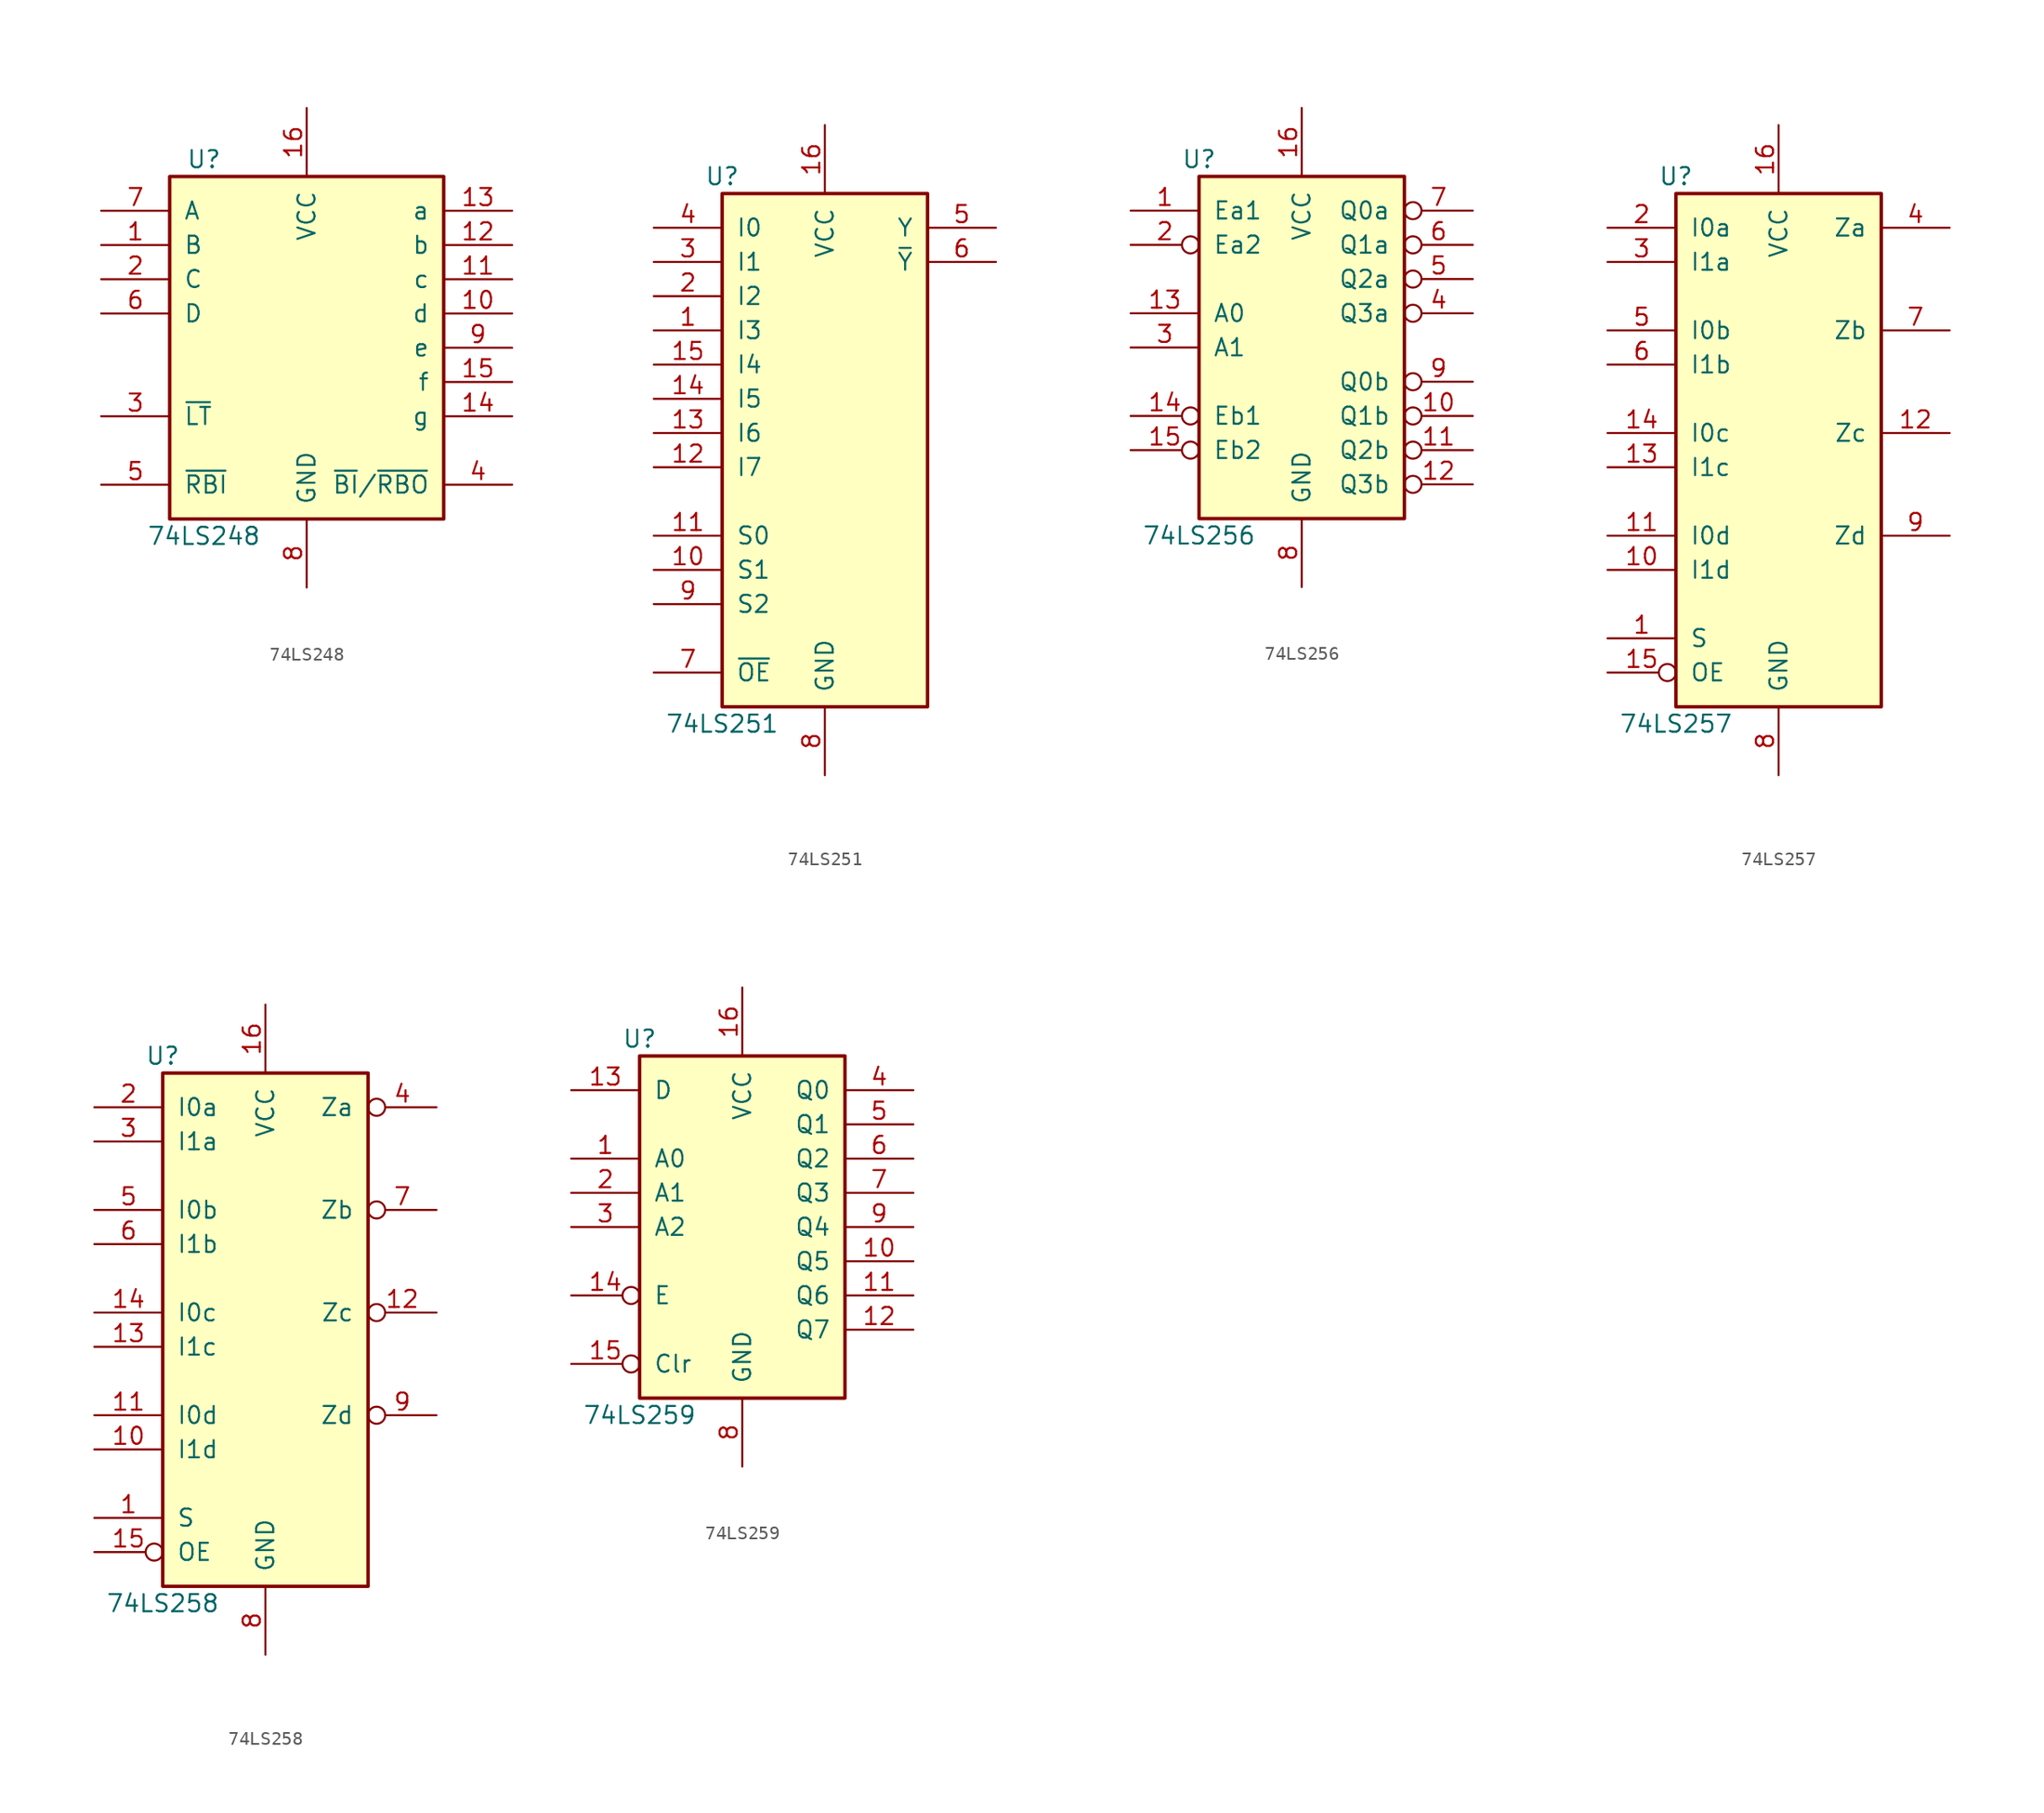
<source format=kicad_sym>
(kicad_symbol_lib
  (version 20201005)
  (generator kicad_symbol_editor)
  (symbol "74LS248"
    (pin_names
      (offset 1.016))
    (property "Reference" "U"
      (at -7.62 13.97 0)
      (effects (font (size 1.27 1.27))))
    (property "Value" "74LS248"
      (at -7.62 -13.97 0)
      (effects (font (size 1.27 1.27))))
    (property "ki_locked" ""
      (at 0 0 0)
      (effects (font (size 1.27 1.27))))
    (symbol "74LS248_1_0"
      (pin input line (at -15.24 7.62 0) (length 5.08) (name "B" (effects (font (size 1.27 1.27)))) (number "1" (effects (font (size 1.27 1.27)))))
      (pin open_collector line (at 15.24 2.54 180) (length 5.08) (name "d" (effects (font (size 1.27 1.27)))) (number "10" (effects (font (size 1.27 1.27)))))
      (pin open_collector line (at 15.24 5.08 180) (length 5.08) (name "c" (effects (font (size 1.27 1.27)))) (number "11" (effects (font (size 1.27 1.27)))))
      (pin open_collector line (at 15.24 7.62 180) (length 5.08) (name "b" (effects (font (size 1.27 1.27)))) (number "12" (effects (font (size 1.27 1.27)))))
      (pin open_collector line (at 15.24 10.16 180) (length 5.08) (name "a" (effects (font (size 1.27 1.27)))) (number "13" (effects (font (size 1.27 1.27)))))
      (pin open_collector line (at 15.24 -5.08 180) (length 5.08) (name "g" (effects (font (size 1.27 1.27)))) (number "14" (effects (font (size 1.27 1.27)))))
      (pin open_collector line (at 15.24 -2.54 180) (length 5.08) (name "f" (effects (font (size 1.27 1.27)))) (number "15" (effects (font (size 1.27 1.27)))))
      (pin power_in line (at 0 17.78 270) (length 5.08) (name "VCC" (effects (font (size 1.27 1.27)))) (number "16" (effects (font (size 1.27 1.27)))))
      (pin input line (at -15.24 5.08 0) (length 5.08) (name "C" (effects (font (size 1.27 1.27)))) (number "2" (effects (font (size 1.27 1.27)))))
      (pin input line (at -15.24 -5.08 0) (length 5.08) (name "~LT" (effects (font (size 1.27 1.27)))) (number "3" (effects (font (size 1.27 1.27)))))
      (pin open_collector line (at 15.24 -10.16 180) (length 5.08) (name "~BI~/~RBO" (effects (font (size 1.27 1.27)))) (number "4" (effects (font (size 1.27 1.27)))))
      (pin input line (at -15.24 -10.16 0) (length 5.08) (name "~RBI" (effects (font (size 1.27 1.27)))) (number "5" (effects (font (size 1.27 1.27)))))
      (pin input line (at -15.24 2.54 0) (length 5.08) (name "D" (effects (font (size 1.27 1.27)))) (number "6" (effects (font (size 1.27 1.27)))))
      (pin input line (at -15.24 10.16 0) (length 5.08) (name "A" (effects (font (size 1.27 1.27)))) (number "7" (effects (font (size 1.27 1.27)))))
      (pin power_in line (at 0 -17.78 90) (length 5.08) (name "GND" (effects (font (size 1.27 1.27)))) (number "8" (effects (font (size 1.27 1.27)))))
      (pin open_collector line (at 15.24 0 180) (length 5.08) (name "e" (effects (font (size 1.27 1.27)))) (number "9" (effects (font (size 1.27 1.27))))))
    (symbol "74LS248_1_1"
      (rectangle (start -10.16 12.7) (end 10.16 -12.7) (stroke (width 0.254)) (fill (type background)))))
  (symbol "74LS251"
    (pin_names
      (offset 1.016))
    (property "Reference" "U"
      (at -7.62 19.05 0)
      (effects (font (size 1.27 1.27))))
    (property "Value" "74LS251"
      (at -7.62 -21.59 0)
      (effects (font (size 1.27 1.27))))
    (property "ki_locked" ""
      (at 0 0 0)
      (effects (font (size 1.27 1.27))))
    (symbol "74LS251_1_0"
      (pin input line (at -12.7 7.62 0) (length 5.08) (name "I3" (effects (font (size 1.27 1.27)))) (number "1" (effects (font (size 1.27 1.27)))))
      (pin input line (at -12.7 -10.16 0) (length 5.08) (name "S1" (effects (font (size 1.27 1.27)))) (number "10" (effects (font (size 1.27 1.27)))))
      (pin input line (at -12.7 -7.62 0) (length 5.08) (name "S0" (effects (font (size 1.27 1.27)))) (number "11" (effects (font (size 1.27 1.27)))))
      (pin input line (at -12.7 -2.54 0) (length 5.08) (name "I7" (effects (font (size 1.27 1.27)))) (number "12" (effects (font (size 1.27 1.27)))))
      (pin input line (at -12.7 0 0) (length 5.08) (name "I6" (effects (font (size 1.27 1.27)))) (number "13" (effects (font (size 1.27 1.27)))))
      (pin input line (at -12.7 2.54 0) (length 5.08) (name "I5" (effects (font (size 1.27 1.27)))) (number "14" (effects (font (size 1.27 1.27)))))
      (pin input line (at -12.7 5.08 0) (length 5.08) (name "I4" (effects (font (size 1.27 1.27)))) (number "15" (effects (font (size 1.27 1.27)))))
      (pin power_in line (at 0 22.86 270) (length 5.08) (name "VCC" (effects (font (size 1.27 1.27)))) (number "16" (effects (font (size 1.27 1.27)))))
      (pin input line (at -12.7 10.16 0) (length 5.08) (name "I2" (effects (font (size 1.27 1.27)))) (number "2" (effects (font (size 1.27 1.27)))))
      (pin input line (at -12.7 12.7 0) (length 5.08) (name "I1" (effects (font (size 1.27 1.27)))) (number "3" (effects (font (size 1.27 1.27)))))
      (pin input line (at -12.7 15.24 0) (length 5.08) (name "I0" (effects (font (size 1.27 1.27)))) (number "4" (effects (font (size 1.27 1.27)))))
      (pin tri_state line (at 12.7 15.24 180) (length 5.08) (name "Y" (effects (font (size 1.27 1.27)))) (number "5" (effects (font (size 1.27 1.27)))))
      (pin tri_state line (at 12.7 12.7 180) (length 5.08) (name "~Y" (effects (font (size 1.27 1.27)))) (number "6" (effects (font (size 1.27 1.27)))))
      (pin input line (at -12.7 -17.78 0) (length 5.08) (name "~OE" (effects (font (size 1.27 1.27)))) (number "7" (effects (font (size 1.27 1.27)))))
      (pin power_in line (at 0 -25.4 90) (length 5.08) (name "GND" (effects (font (size 1.27 1.27)))) (number "8" (effects (font (size 1.27 1.27)))))
      (pin input line (at -12.7 -12.7 0) (length 5.08) (name "S2" (effects (font (size 1.27 1.27)))) (number "9" (effects (font (size 1.27 1.27))))))
    (symbol "74LS251_1_1"
      (rectangle (start -7.62 17.78) (end 7.62 -20.32) (stroke (width 0.254)) (fill (type background)))))
  (symbol "74LS256"
    (pin_names
      (offset 1.016))
    (property "Reference" "U"
      (at -7.62 13.97 0)
      (effects (font (size 1.27 1.27))))
    (property "Value" "74LS256"
      (at -7.62 -13.97 0)
      (effects (font (size 1.27 1.27))))
    (property "ki_locked" ""
      (at 0 0 0)
      (effects (font (size 1.27 1.27))))
    (symbol "74LS256_1_0"
      (pin input line (at -12.7 10.16 0) (length 5.08) (name "Ea1" (effects (font (size 1.27 1.27)))) (number "1" (effects (font (size 1.27 1.27)))))
      (pin tri_state inverted (at 12.7 -5.08 180) (length 5.08) (name "Q1b" (effects (font (size 1.27 1.27)))) (number "10" (effects (font (size 1.27 1.27)))))
      (pin tri_state inverted (at 12.7 -7.62 180) (length 5.08) (name "Q2b" (effects (font (size 1.27 1.27)))) (number "11" (effects (font (size 1.27 1.27)))))
      (pin tri_state inverted (at 12.7 -10.16 180) (length 5.08) (name "Q3b" (effects (font (size 1.27 1.27)))) (number "12" (effects (font (size 1.27 1.27)))))
      (pin input line (at -12.7 2.54 0) (length 5.08) (name "A0" (effects (font (size 1.27 1.27)))) (number "13" (effects (font (size 1.27 1.27)))))
      (pin input inverted (at -12.7 -5.08 0) (length 5.08) (name "Eb1" (effects (font (size 1.27 1.27)))) (number "14" (effects (font (size 1.27 1.27)))))
      (pin input inverted (at -12.7 -7.62 0) (length 5.08) (name "Eb2" (effects (font (size 1.27 1.27)))) (number "15" (effects (font (size 1.27 1.27)))))
      (pin power_in line (at 0 17.78 270) (length 5.08) (name "VCC" (effects (font (size 1.27 1.27)))) (number "16" (effects (font (size 1.27 1.27)))))
      (pin input inverted (at -12.7 7.62 0) (length 5.08) (name "Ea2" (effects (font (size 1.27 1.27)))) (number "2" (effects (font (size 1.27 1.27)))))
      (pin input line (at -12.7 0 0) (length 5.08) (name "A1" (effects (font (size 1.27 1.27)))) (number "3" (effects (font (size 1.27 1.27)))))
      (pin tri_state inverted (at 12.7 2.54 180) (length 5.08) (name "Q3a" (effects (font (size 1.27 1.27)))) (number "4" (effects (font (size 1.27 1.27)))))
      (pin tri_state inverted (at 12.7 5.08 180) (length 5.08) (name "Q2a" (effects (font (size 1.27 1.27)))) (number "5" (effects (font (size 1.27 1.27)))))
      (pin tri_state inverted (at 12.7 7.62 180) (length 5.08) (name "Q1a" (effects (font (size 1.27 1.27)))) (number "6" (effects (font (size 1.27 1.27)))))
      (pin tri_state inverted (at 12.7 10.16 180) (length 5.08) (name "Q0a" (effects (font (size 1.27 1.27)))) (number "7" (effects (font (size 1.27 1.27)))))
      (pin power_in line (at 0 -17.78 90) (length 5.08) (name "GND" (effects (font (size 1.27 1.27)))) (number "8" (effects (font (size 1.27 1.27)))))
      (pin tri_state inverted (at 12.7 -2.54 180) (length 5.08) (name "Q0b" (effects (font (size 1.27 1.27)))) (number "9" (effects (font (size 1.27 1.27))))))
    (symbol "74LS256_1_1"
      (rectangle (start -7.62 12.7) (end 7.62 -12.7) (stroke (width 0.254)) (fill (type background)))))
  (symbol "74LS257"
    (pin_names
      (offset 1.016))
    (property "Reference" "U"
      (at -7.62 19.05 0)
      (effects (font (size 1.27 1.27))))
    (property "Value" "74LS257"
      (at -7.62 -21.59 0)
      (effects (font (size 1.27 1.27))))
    (property "ki_locked" ""
      (at 0 0 0)
      (effects (font (size 1.27 1.27))))
    (symbol "74LS257_1_0"
      (pin input line (at -12.7 -15.24 0) (length 5.08) (name "S" (effects (font (size 1.27 1.27)))) (number "1" (effects (font (size 1.27 1.27)))))
      (pin input line (at -12.7 -10.16 0) (length 5.08) (name "I1d" (effects (font (size 1.27 1.27)))) (number "10" (effects (font (size 1.27 1.27)))))
      (pin input line (at -12.7 -7.62 0) (length 5.08) (name "I0d" (effects (font (size 1.27 1.27)))) (number "11" (effects (font (size 1.27 1.27)))))
      (pin tri_state line (at 12.7 0 180) (length 5.08) (name "Zc" (effects (font (size 1.27 1.27)))) (number "12" (effects (font (size 1.27 1.27)))))
      (pin input line (at -12.7 -2.54 0) (length 5.08) (name "I1c" (effects (font (size 1.27 1.27)))) (number "13" (effects (font (size 1.27 1.27)))))
      (pin input line (at -12.7 0 0) (length 5.08) (name "I0c" (effects (font (size 1.27 1.27)))) (number "14" (effects (font (size 1.27 1.27)))))
      (pin input inverted (at -12.7 -17.78 0) (length 5.08) (name "OE" (effects (font (size 1.27 1.27)))) (number "15" (effects (font (size 1.27 1.27)))))
      (pin power_in line (at 0 22.86 270) (length 5.08) (name "VCC" (effects (font (size 1.27 1.27)))) (number "16" (effects (font (size 1.27 1.27)))))
      (pin input line (at -12.7 15.24 0) (length 5.08) (name "I0a" (effects (font (size 1.27 1.27)))) (number "2" (effects (font (size 1.27 1.27)))))
      (pin input line (at -12.7 12.7 0) (length 5.08) (name "I1a" (effects (font (size 1.27 1.27)))) (number "3" (effects (font (size 1.27 1.27)))))
      (pin tri_state line (at 12.7 15.24 180) (length 5.08) (name "Za" (effects (font (size 1.27 1.27)))) (number "4" (effects (font (size 1.27 1.27)))))
      (pin input line (at -12.7 7.62 0) (length 5.08) (name "I0b" (effects (font (size 1.27 1.27)))) (number "5" (effects (font (size 1.27 1.27)))))
      (pin input line (at -12.7 5.08 0) (length 5.08) (name "I1b" (effects (font (size 1.27 1.27)))) (number "6" (effects (font (size 1.27 1.27)))))
      (pin tri_state line (at 12.7 7.62 180) (length 5.08) (name "Zb" (effects (font (size 1.27 1.27)))) (number "7" (effects (font (size 1.27 1.27)))))
      (pin power_in line (at 0 -25.4 90) (length 5.08) (name "GND" (effects (font (size 1.27 1.27)))) (number "8" (effects (font (size 1.27 1.27)))))
      (pin tri_state line (at 12.7 -7.62 180) (length 5.08) (name "Zd" (effects (font (size 1.27 1.27)))) (number "9" (effects (font (size 1.27 1.27))))))
    (symbol "74LS257_1_1"
      (rectangle (start -7.62 17.78) (end 7.62 -20.32) (stroke (width 0.254)) (fill (type background)))))
  (symbol "74LS258"
    (pin_names
      (offset 1.016))
    (property "Reference" "U"
      (at -7.62 19.05 0)
      (effects (font (size 1.27 1.27))))
    (property "Value" "74LS258"
      (at -7.62 -21.59 0)
      (effects (font (size 1.27 1.27))))
    (property "ki_locked" ""
      (at 0 0 0)
      (effects (font (size 1.27 1.27))))
    (symbol "74LS258_1_0"
      (pin input line (at -12.7 -15.24 0) (length 5.08) (name "S" (effects (font (size 1.27 1.27)))) (number "1" (effects (font (size 1.27 1.27)))))
      (pin input line (at -12.7 -10.16 0) (length 5.08) (name "I1d" (effects (font (size 1.27 1.27)))) (number "10" (effects (font (size 1.27 1.27)))))
      (pin input line (at -12.7 -7.62 0) (length 5.08) (name "I0d" (effects (font (size 1.27 1.27)))) (number "11" (effects (font (size 1.27 1.27)))))
      (pin tri_state inverted (at 12.7 0 180) (length 5.08) (name "Zc" (effects (font (size 1.27 1.27)))) (number "12" (effects (font (size 1.27 1.27)))))
      (pin input line (at -12.7 -2.54 0) (length 5.08) (name "I1c" (effects (font (size 1.27 1.27)))) (number "13" (effects (font (size 1.27 1.27)))))
      (pin input line (at -12.7 0 0) (length 5.08) (name "I0c" (effects (font (size 1.27 1.27)))) (number "14" (effects (font (size 1.27 1.27)))))
      (pin input inverted (at -12.7 -17.78 0) (length 5.08) (name "OE" (effects (font (size 1.27 1.27)))) (number "15" (effects (font (size 1.27 1.27)))))
      (pin power_in line (at 0 22.86 270) (length 5.08) (name "VCC" (effects (font (size 1.27 1.27)))) (number "16" (effects (font (size 1.27 1.27)))))
      (pin input line (at -12.7 15.24 0) (length 5.08) (name "I0a" (effects (font (size 1.27 1.27)))) (number "2" (effects (font (size 1.27 1.27)))))
      (pin input line (at -12.7 12.7 0) (length 5.08) (name "I1a" (effects (font (size 1.27 1.27)))) (number "3" (effects (font (size 1.27 1.27)))))
      (pin tri_state inverted (at 12.7 15.24 180) (length 5.08) (name "Za" (effects (font (size 1.27 1.27)))) (number "4" (effects (font (size 1.27 1.27)))))
      (pin input line (at -12.7 7.62 0) (length 5.08) (name "I0b" (effects (font (size 1.27 1.27)))) (number "5" (effects (font (size 1.27 1.27)))))
      (pin input line (at -12.7 5.08 0) (length 5.08) (name "I1b" (effects (font (size 1.27 1.27)))) (number "6" (effects (font (size 1.27 1.27)))))
      (pin tri_state inverted (at 12.7 7.62 180) (length 5.08) (name "Zb" (effects (font (size 1.27 1.27)))) (number "7" (effects (font (size 1.27 1.27)))))
      (pin power_in line (at 0 -25.4 90) (length 5.08) (name "GND" (effects (font (size 1.27 1.27)))) (number "8" (effects (font (size 1.27 1.27)))))
      (pin tri_state inverted (at 12.7 -7.62 180) (length 5.08) (name "Zd" (effects (font (size 1.27 1.27)))) (number "9" (effects (font (size 1.27 1.27))))))
    (symbol "74LS258_1_1"
      (rectangle (start -7.62 17.78) (end 7.62 -20.32) (stroke (width 0.254)) (fill (type background)))))
  (symbol "74LS259"
    (pin_names
      (offset 1.016))
    (property "Reference" "U"
      (at -7.62 13.97 0)
      (effects (font (size 1.27 1.27))))
    (property "Value" "74LS259"
      (at -7.62 -13.97 0)
      (effects (font (size 1.27 1.27))))
    (property "ki_locked" ""
      (at 0 0 0)
      (effects (font (size 1.27 1.27))))
    (symbol "74LS259_1_0"
      (pin input line (at -12.7 5.08 0) (length 5.08) (name "A0" (effects (font (size 1.27 1.27)))) (number "1" (effects (font (size 1.27 1.27)))))
      (pin output line (at 12.7 -2.54 180) (length 5.08) (name "Q5" (effects (font (size 1.27 1.27)))) (number "10" (effects (font (size 1.27 1.27)))))
      (pin output line (at 12.7 -5.08 180) (length 5.08) (name "Q6" (effects (font (size 1.27 1.27)))) (number "11" (effects (font (size 1.27 1.27)))))
      (pin output line (at 12.7 -7.62 180) (length 5.08) (name "Q7" (effects (font (size 1.27 1.27)))) (number "12" (effects (font (size 1.27 1.27)))))
      (pin input line (at -12.7 10.16 0) (length 5.08) (name "D" (effects (font (size 1.27 1.27)))) (number "13" (effects (font (size 1.27 1.27)))))
      (pin input inverted (at -12.7 -5.08 0) (length 5.08) (name "E" (effects (font (size 1.27 1.27)))) (number "14" (effects (font (size 1.27 1.27)))))
      (pin input inverted (at -12.7 -10.16 0) (length 5.08) (name "Clr" (effects (font (size 1.27 1.27)))) (number "15" (effects (font (size 1.27 1.27)))))
      (pin power_in line (at 0 17.78 270) (length 5.08) (name "VCC" (effects (font (size 1.27 1.27)))) (number "16" (effects (font (size 1.27 1.27)))))
      (pin input line (at -12.7 2.54 0) (length 5.08) (name "A1" (effects (font (size 1.27 1.27)))) (number "2" (effects (font (size 1.27 1.27)))))
      (pin input line (at -12.7 0 0) (length 5.08) (name "A2" (effects (font (size 1.27 1.27)))) (number "3" (effects (font (size 1.27 1.27)))))
      (pin output line (at 12.7 10.16 180) (length 5.08) (name "Q0" (effects (font (size 1.27 1.27)))) (number "4" (effects (font (size 1.27 1.27)))))
      (pin output line (at 12.7 7.62 180) (length 5.08) (name "Q1" (effects (font (size 1.27 1.27)))) (number "5" (effects (font (size 1.27 1.27)))))
      (pin output line (at 12.7 5.08 180) (length 5.08) (name "Q2" (effects (font (size 1.27 1.27)))) (number "6" (effects (font (size 1.27 1.27)))))
      (pin output line (at 12.7 2.54 180) (length 5.08) (name "Q3" (effects (font (size 1.27 1.27)))) (number "7" (effects (font (size 1.27 1.27)))))
      (pin power_in line (at 0 -17.78 90) (length 5.08) (name "GND" (effects (font (size 1.27 1.27)))) (number "8" (effects (font (size 1.27 1.27)))))
      (pin output line (at 12.7 0 180) (length 5.08) (name "Q4" (effects (font (size 1.27 1.27)))) (number "9" (effects (font (size 1.27 1.27))))))
    (symbol "74LS259_1_1"
      (rectangle (start -7.62 12.7) (end 7.62 -12.7) (stroke (width 0.254)) (fill (type background))))))
</source>
